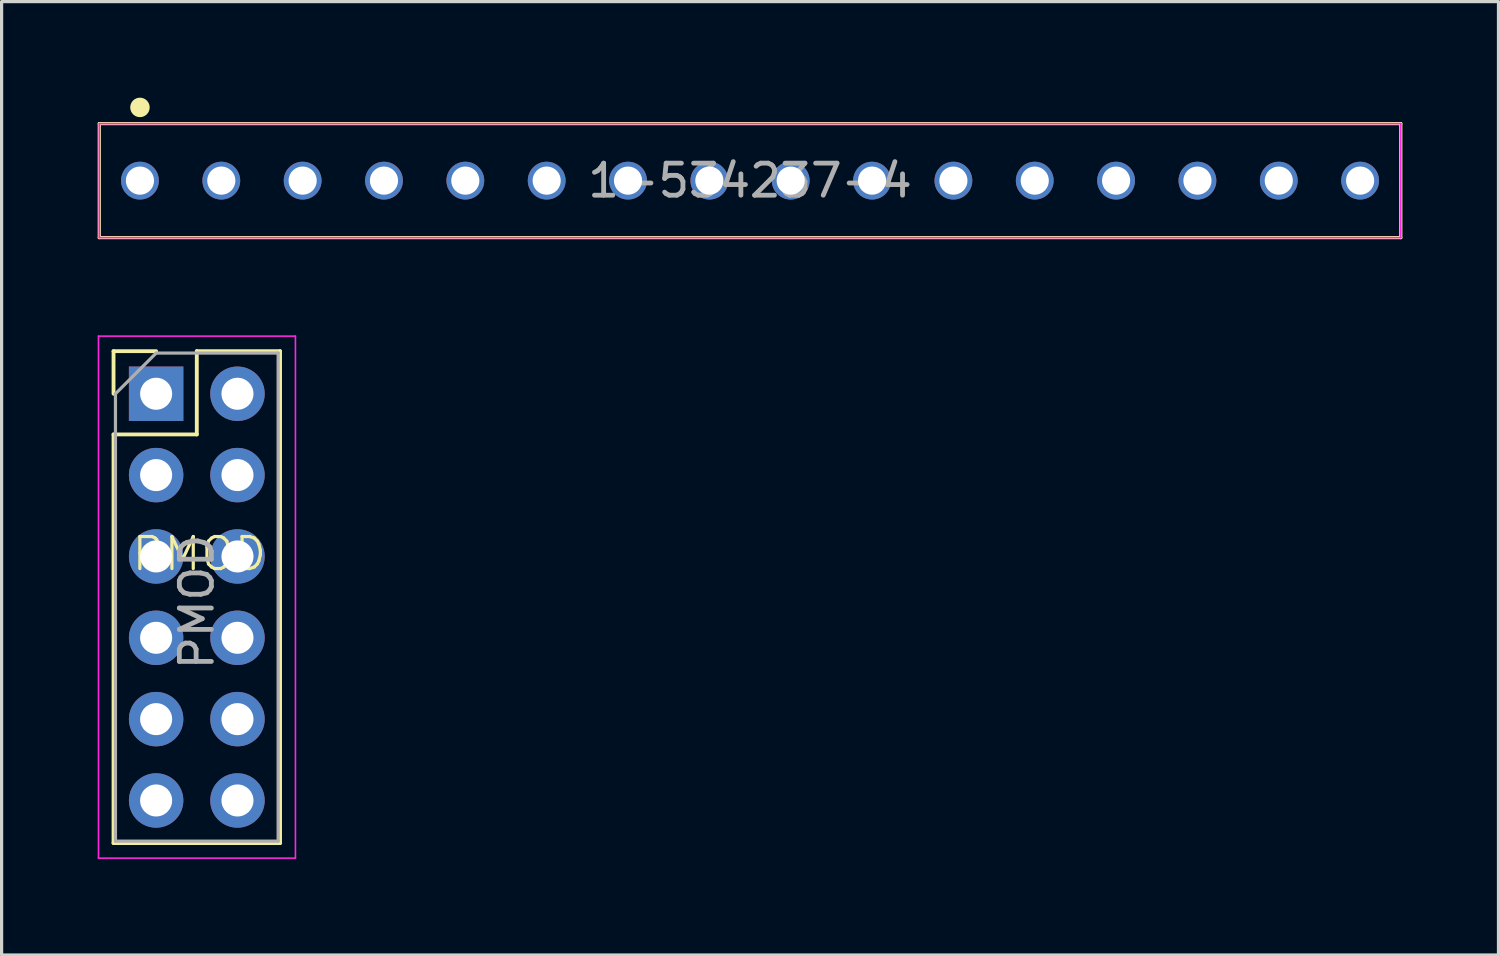
<source format=kicad_pcb>
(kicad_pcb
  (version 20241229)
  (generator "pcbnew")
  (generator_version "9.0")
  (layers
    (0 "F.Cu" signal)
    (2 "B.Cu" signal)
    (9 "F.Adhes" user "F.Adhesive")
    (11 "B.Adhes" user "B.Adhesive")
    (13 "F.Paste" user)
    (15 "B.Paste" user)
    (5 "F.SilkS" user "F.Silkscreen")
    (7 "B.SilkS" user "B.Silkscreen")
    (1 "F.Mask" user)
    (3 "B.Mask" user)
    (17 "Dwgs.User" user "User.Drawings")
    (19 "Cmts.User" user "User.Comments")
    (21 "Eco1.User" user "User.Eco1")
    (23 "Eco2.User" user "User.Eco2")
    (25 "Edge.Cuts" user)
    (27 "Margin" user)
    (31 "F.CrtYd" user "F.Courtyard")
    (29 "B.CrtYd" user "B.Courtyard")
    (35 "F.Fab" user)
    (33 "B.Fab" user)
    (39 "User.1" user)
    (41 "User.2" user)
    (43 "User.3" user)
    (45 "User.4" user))
  (footprint "PMOD"
    (layer "F.Cu")
    (at 3.175 14.745)
    (property "Reference" "PMOD" (at 0 -0.5 0) (unlocked yes) (layer "F.SilkS") (effects (font (size 1 1) (thickness 0.1))))
    (attr smd)
    (fp_line (start -2.68 -6.83) (end -1.35 -6.83) (stroke (width 0.12) (type solid)) (layer "F.SilkS"))
    (fp_line (start -2.68 -5.5) (end -2.68 -6.83) (stroke (width 0.12) (type solid)) (layer "F.SilkS"))
    (fp_line (start -2.68 -4.23) (end -2.68 8.53) (stroke (width 0.12) (type solid)) (layer "F.SilkS"))
    (fp_line (start -2.68 -4.23) (end -0.08 -4.23) (stroke (width 0.12) (type solid)) (layer "F.SilkS"))
    (fp_line (start -2.68 8.53) (end 2.52 8.53) (stroke (width 0.12) (type solid)) (layer "F.SilkS"))
    (fp_line (start -0.08 -6.83) (end 2.52 -6.83) (stroke (width 0.12) (type solid)) (layer "F.SilkS"))
    (fp_line (start -0.08 -4.23) (end -0.08 -6.83) (stroke (width 0.12) (type solid)) (layer "F.SilkS"))
    (fp_line (start 2.52 -6.83) (end 2.52 8.53) (stroke (width 0.12) (type solid)) (layer "F.SilkS"))
    (fp_line (start -3.15 -7.3) (end -3.15 9) (stroke (width 0.05) (type solid)) (layer "F.CrtYd"))
    (fp_line (start -3.15 9) (end 3 9) (stroke (width 0.05) (type solid)) (layer "F.CrtYd"))
    (fp_line (start 3 -7.3) (end -3.15 -7.3) (stroke (width 0.05) (type solid)) (layer "F.CrtYd"))
    (fp_line (start 3 9) (end 3 -7.3) (stroke (width 0.05) (type solid)) (layer "F.CrtYd"))
    (fp_line (start -2.62 -5.5) (end -1.35 -6.77) (stroke (width 0.1) (type solid)) (layer "F.Fab"))
    (fp_line (start -2.62 8.47) (end -2.62 -5.5) (stroke (width 0.1) (type solid)) (layer "F.Fab"))
    (fp_line (start -1.35 -6.77) (end 2.46 -6.77) (stroke (width 0.1) (type solid)) (layer "F.Fab"))
    (fp_line (start 2.46 -6.77) (end 2.46 8.47) (stroke (width 0.1) (type solid)) (layer "F.Fab"))
    (fp_line (start 2.46 8.47) (end -2.62 8.47) (stroke (width 0.1) (type solid)) (layer "F.Fab"))
    (fp_text user "${REFERENCE}" (at -0.08 1 90) (layer "F.Fab") (effects (font (size 1 1) (thickness 0.15))))
    (pad "1" thru_hole rect (at -1.35 -5.5) (size 1.7 1.7) (drill 1) (layers "*.Cu" "*.Mask"))
    (pad "2" thru_hole oval (at -1.35 -2.96) (size 1.7 1.7) (drill 1) (layers "*.Cu" "*.Mask"))
    (pad "3" thru_hole oval (at -1.35 -0.42) (size 1.7 1.7) (drill 1) (layers "*.Cu" "*.Mask"))
    (pad "4" thru_hole oval (at -1.35 2.12) (size 1.7 1.7) (drill 1) (layers "*.Cu" "*.Mask"))
    (pad "5" thru_hole oval (at -1.35 4.66) (size 1.7 1.7) (drill 1) (layers "*.Cu" "*.Mask"))
    (pad "6" thru_hole oval (at -1.35 7.2) (size 1.7 1.7) (drill 1) (layers "*.Cu" "*.Mask"))
    (pad "7" thru_hole oval (at 1.19 -5.5) (size 1.7 1.7) (drill 1) (layers "*.Cu" "*.Mask"))
    (pad "8" thru_hole oval (at 1.19 -2.96) (size 1.7 1.7) (drill 1) (layers "*.Cu" "*.Mask"))
    (pad "9" thru_hole oval (at 1.19 -0.42) (size 1.7 1.7) (drill 1) (layers "*.Cu" "*.Mask"))
    (pad "10" thru_hole oval (at 1.19 2.12) (size 1.7 1.7) (drill 1) (layers "*.Cu" "*.Mask"))
    (pad "11" thru_hole oval (at 1.19 4.66) (size 1.7 1.7) (drill 1) (layers "*.Cu" "*.Mask"))
    (pad "12" thru_hole oval (at 1.19 7.2) (size 1.7 1.7) (drill 1) (layers "*.Cu" "*.Mask")))
  (footprint "1-534237-4"
    (layer "F.Cu")
    (at 20.37 2.59)
    (property "Reference" "1-534237-4" (at 0 0 0) (unlocked yes) (layer "F.SilkS") (effects (font (size 1 1) (thickness 0.1))))
    (attr smd)
    (fp_line (start -20.32 -1.78) (end -20.32 1.78) (stroke (width 0.1) (type default)) (layer "F.SilkS"))
    (fp_line (start -20.32 -1.78) (end 20.32 -1.78) (stroke (width 0.1) (type default)) (layer "F.SilkS"))
    (fp_line (start -20.32 1.78) (end 20.32 1.78) (stroke (width 0.1) (type default)) (layer "F.SilkS"))
    (fp_line (start 20.32 -1.78) (end 20.32 1.78) (stroke (width 0.1) (type default)) (layer "F.SilkS"))
    (fp_circle (center -19.05 -2.286) (end -18.796 -2.286) (stroke (width 0.1) (type solid)) (fill yes) (layer "F.SilkS"))
    (fp_line (start -20.32 1.78) (end -20.32 -1.78) (stroke (width 0.05) (type default)) (layer "F.CrtYd"))
    (fp_line (start 20.32 -1.78) (end -20.32 -1.78) (stroke (width 0.05) (type default)) (layer "F.CrtYd"))
    (fp_line (start 20.32 1.78) (end -20.32 1.78) (stroke (width 0.05) (type default)) (layer "F.CrtYd"))
    (fp_line (start 20.32 1.78) (end 20.32 -1.78) (stroke (width 0.05) (type default)) (layer "F.CrtYd"))
    (fp_text user "${REFERENCE}" (at 0 0 0) (unlocked yes) (layer "F.Fab") (effects (font (size 1 1) (thickness 0.15))))
    (pad "1" thru_hole circle (at -19.05 0) (size 1.18 1.18) (drill 0.88) (layers "*.Cu" "*.Mask"))
    (pad "2" thru_hole circle (at -16.51 0) (size 1.18 1.18) (drill 0.88) (layers "*.Cu" "*.Mask"))
    (pad "3" thru_hole circle (at -13.97 0) (size 1.18 1.18) (drill 0.88) (layers "*.Cu" "*.Mask"))
    (pad "4" thru_hole circle (at -11.43 0) (size 1.18 1.18) (drill 0.88) (layers "*.Cu" "*.Mask"))
    (pad "5" thru_hole circle (at -8.89 0) (size 1.18 1.18) (drill 0.88) (layers "*.Cu" "*.Mask"))
    (pad "6" thru_hole circle (at -6.35 0) (size 1.18 1.18) (drill 0.88) (layers "*.Cu" "*.Mask"))
    (pad "7" thru_hole circle (at -3.81 0) (size 1.18 1.18) (drill 0.88) (layers "*.Cu" "*.Mask"))
    (pad "8" thru_hole circle (at -1.27 0) (size 1.18 1.18) (drill 0.88) (layers "*.Cu" "*.Mask"))
    (pad "9" thru_hole circle (at 1.27 0) (size 1.18 1.18) (drill 0.88) (layers "*.Cu" "*.Mask"))
    (pad "10" thru_hole circle (at 3.81 0) (size 1.18 1.18) (drill 0.88) (layers "*.Cu" "*.Mask"))
    (pad "11" thru_hole circle (at 6.35 0) (size 1.18 1.18) (drill 0.88) (layers "*.Cu" "*.Mask"))
    (pad "12" thru_hole circle (at 8.89 0) (size 1.18 1.18) (drill 0.88) (layers "*.Cu" "*.Mask"))
    (pad "13" thru_hole circle (at 11.43 0) (size 1.18 1.18) (drill 0.88) (layers "*.Cu" "*.Mask"))
    (pad "14" thru_hole circle (at 13.97 0) (size 1.18 1.18) (drill 0.88) (layers "*.Cu" "*.Mask"))
    (pad "15" thru_hole circle (at 16.51 0) (size 1.18 1.18) (drill 0.88) (layers "*.Cu" "*.Mask"))
    (pad "16" thru_hole circle (at 19.05 0) (size 1.18 1.18) (drill 0.88) (layers "*.Cu" "*.Mask")))
  (gr_rect
    (start -3 -3)
    (end 43.74 26.77)
    (stroke (width 0.1) (type default))
    (fill no)
    (layer "Edge.Cuts")))
</source>
